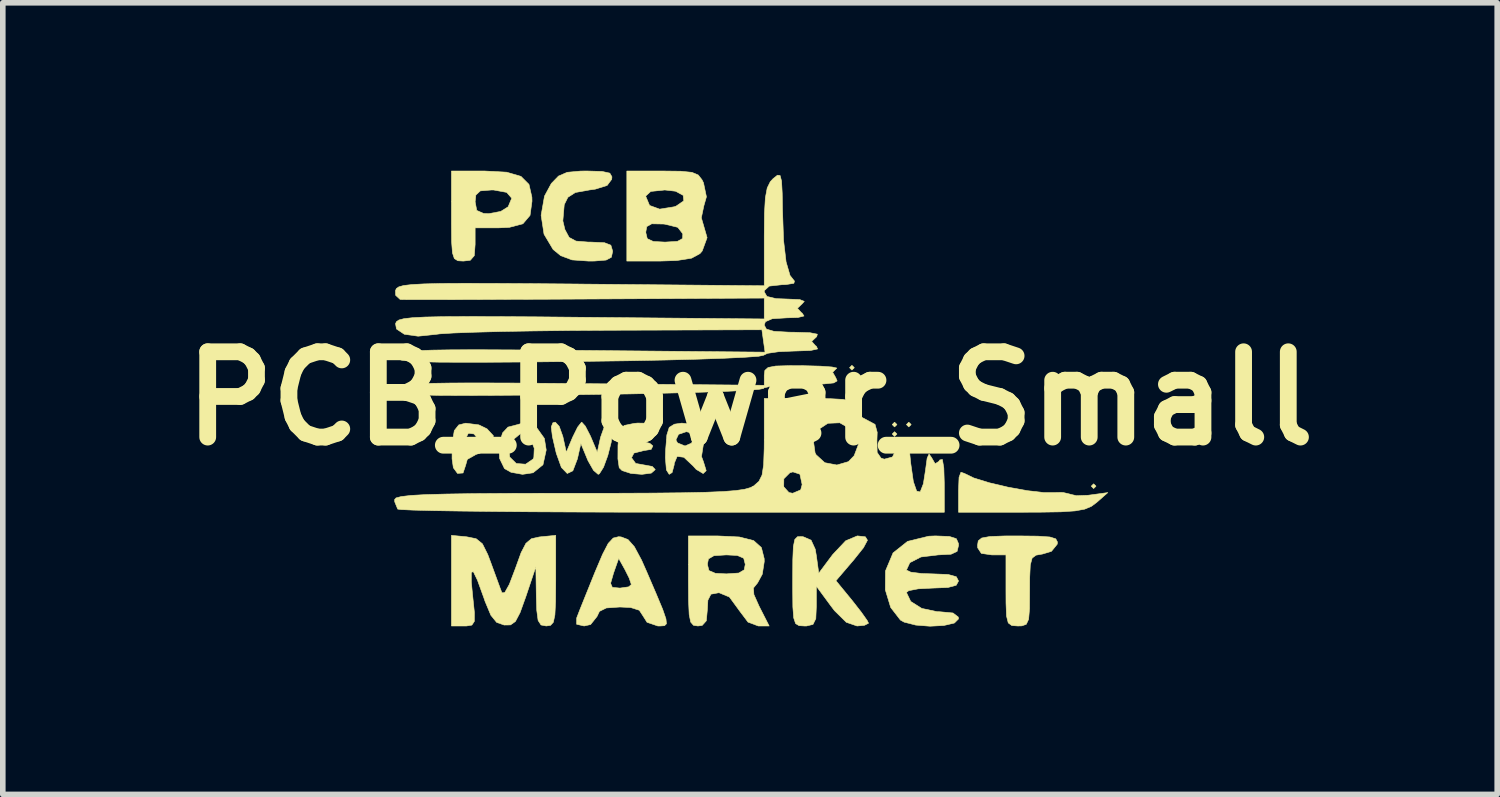
<source format=kicad_pcb>
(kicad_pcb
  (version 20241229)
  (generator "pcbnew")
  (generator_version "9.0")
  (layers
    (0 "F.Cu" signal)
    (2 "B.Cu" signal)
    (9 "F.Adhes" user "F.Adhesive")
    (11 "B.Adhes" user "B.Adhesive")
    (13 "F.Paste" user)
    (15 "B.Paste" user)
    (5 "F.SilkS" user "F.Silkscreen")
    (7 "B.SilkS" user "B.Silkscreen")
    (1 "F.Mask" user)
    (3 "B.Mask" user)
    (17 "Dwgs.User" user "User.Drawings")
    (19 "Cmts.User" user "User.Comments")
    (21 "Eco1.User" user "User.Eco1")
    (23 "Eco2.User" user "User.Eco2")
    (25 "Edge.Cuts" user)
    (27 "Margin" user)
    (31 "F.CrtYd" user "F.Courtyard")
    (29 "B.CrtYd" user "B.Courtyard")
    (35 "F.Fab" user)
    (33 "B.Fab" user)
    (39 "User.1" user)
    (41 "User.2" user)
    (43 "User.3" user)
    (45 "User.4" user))
  (footprint "PCB_Power_Small"
    (layer "F.Cu")
    (at 10.349 4.069)
    (property "Reference" "PCB_Power_Small" (at 0 0 0) (layer "F.SilkS") (effects (font (size 1.524 1.524) (thickness 0.3))))
    (attr through_hole)
    (fp_poly (pts (xy 1.863 -0.55) (xy 1.82 -0.508) (xy 1.778 -0.55) (xy 1.82 -0.593) (xy 1.863 -0.55)) (stroke (width 0.01) (type solid)) (fill yes) (layer "F.SilkS"))
    (fp_poly (pts (xy 2.625 0.466) (xy 2.582 0.508) (xy 2.54 0.466) (xy 2.582 0.423) (xy 2.625 0.466)) (stroke (width 0.01) (type solid)) (fill yes) (layer "F.SilkS"))
    (fp_poly (pts (xy 2.625 0.635) (xy 2.582 0.677) (xy 2.54 0.635) (xy 2.582 0.593) (xy 2.625 0.635)) (stroke (width 0.01) (type solid)) (fill yes) (layer "F.SilkS"))
    (fp_poly (pts (xy 2.879 0.466) (xy 2.836 0.508) (xy 2.794 0.466) (xy 2.836 0.423) (xy 2.879 0.466)) (stroke (width 0.01) (type solid)) (fill yes) (layer "F.SilkS"))
    (fp_poly (pts (xy 6.181 1.566) (xy 6.138 1.609) (xy 6.096 1.566) (xy 6.138 1.524) (xy 6.181 1.566)) (stroke (width 0.01) (type solid)) (fill yes) (layer "F.SilkS"))
    (fp_poly (pts (xy 3.836 1.341) (xy 3.837 1.342) (xy 3.998 1.42) (xy 4.273 1.505) (xy 4.608 1.584) (xy 4.95 1.646) (xy 5.244 1.68) (xy 5.386 1.68) (xy 5.592 1.679) (xy 5.715 1.708) (xy 5.718 1.71) (xy 5.83 1.736) (xy 6.037 1.729) (xy 6.082 1.723) (xy 6.392 1.681) (xy 6.192 1.857) (xy 6.096 1.928) (xy 5.978 1.977) (xy 5.807 2.008) (xy 5.551 2.025) (xy 5.177 2.031) (xy 4.859 2.032) (xy 3.725 2.032) (xy 3.725 1.641) (xy 3.734 1.408) (xy 3.768 1.317) (xy 3.836 1.341)) (stroke (width 0.01) (type solid)) (fill yes) (layer "F.SilkS"))
    (fp_poly (pts (xy -3.819 0.511) (xy -3.674 0.713) (xy -3.641 0.92) (xy -3.699 1.184) (xy -3.876 1.327) (xy -4.064 1.355) (xy -4.27 1.318) (xy -4.386 1.253) (xy -4.475 1.069) (xy -4.48 0.936) (xy -4.306 0.936) (xy -4.292 1.047) (xy -4.176 1.161) (xy -4.01 1.174) (xy -3.877 1.083) (xy -3.862 1.052) (xy -3.855 0.888) (xy -3.92 0.722) (xy -4.023 0.618) (xy -4.085 0.614) (xy -4.236 0.739) (xy -4.306 0.936) (xy -4.48 0.936) (xy -4.484 0.831) (xy -4.421 0.615) (xy -4.324 0.511) (xy -4.047 0.437) (xy -3.819 0.511)) (stroke (width 0.01) (type solid)) (fill yes) (layer "F.SilkS"))
    (fp_poly (pts (xy -4.845 0.471) (xy -4.699 0.542) (xy -4.585 0.665) (xy -4.61 0.798) (xy -4.623 0.821) (xy -4.78 0.959) (xy -4.898 1.001) (xy -5.051 1.088) (xy -5.08 1.191) (xy -5.127 1.331) (xy -5.226 1.338) (xy -5.3 1.237) (xy -5.323 1.078) (xy -5.322 0.84) (xy -5.318 0.792) (xy -5.306 0.713) (xy -5.08 0.713) (xy -5.012 0.829) (xy -4.946 0.847) (xy -4.847 0.797) (xy -4.845 0.746) (xy -4.93 0.634) (xy -5.031 0.62) (xy -5.08 0.713) (xy -5.306 0.713) (xy -5.283 0.573) (xy -5.203 0.472) (xy -5.08 0.441) (xy -4.845 0.471)) (stroke (width 0.01) (type solid)) (fill yes) (layer "F.SilkS"))
    (fp_poly (pts (xy -1.799 0.443) (xy -1.696 0.49) (xy -1.693 0.503) (xy -1.766 0.57) (xy -1.905 0.593) (xy -2.064 0.622) (xy -2.117 0.677) (xy -2.046 0.747) (xy -1.952 0.762) (xy -1.79 0.801) (xy -1.736 0.847) (xy -1.766 0.909) (xy -1.9 0.931) (xy -2.074 0.975) (xy -2.117 1.058) (xy -2.043 1.16) (xy -1.905 1.185) (xy -1.746 1.214) (xy -1.693 1.27) (xy -1.764 1.333) (xy -1.931 1.355) (xy -2.127 1.339) (xy -2.285 1.288) (xy -2.337 1.237) (xy -2.36 1.078) (xy -2.359 0.84) (xy -2.355 0.792) (xy -2.325 0.579) (xy -2.248 0.481) (xy -2.07 0.445) (xy -2.011 0.439) (xy -1.799 0.443)) (stroke (width 0.01) (type solid)) (fill yes) (layer "F.SilkS"))
    (fp_poly (pts (xy 5.142 2.459) (xy 5.356 2.474) (xy 5.462 2.507) (xy 5.492 2.564) (xy 5.488 2.603) (xy 5.385 2.73) (xy 5.227 2.778) (xy 5.109 2.799) (xy 5.04 2.851) (xy 5.007 2.973) (xy 4.996 3.201) (xy 4.995 3.435) (xy 4.993 3.756) (xy 4.977 3.944) (xy 4.935 4.034) (xy 4.856 4.062) (xy 4.784 4.064) (xy 4.676 4.056) (xy 4.613 4.009) (xy 4.582 3.886) (xy 4.573 3.652) (xy 4.572 3.429) (xy 4.572 2.794) (xy 4.318 2.794) (xy 4.132 2.767) (xy 4.067 2.668) (xy 4.064 2.625) (xy 4.077 2.543) (xy 4.139 2.492) (xy 4.283 2.466) (xy 4.54 2.456) (xy 4.79 2.455) (xy 5.142 2.459)) (stroke (width 0.01) (type solid)) (fill yes) (layer "F.SilkS"))
    (fp_poly (pts (xy -0.974 0.466) (xy -0.825 0.578) (xy -0.804 0.749) (xy -0.833 0.819) (xy -0.867 1.036) (xy -0.833 1.127) (xy -0.783 1.289) (xy -0.837 1.341) (xy -0.962 1.266) (xy -1.016 1.206) (xy -1.182 1.05) (xy -1.302 1.034) (xy -1.354 1.159) (xy -1.355 1.185) (xy -1.392 1.323) (xy -1.444 1.355) (xy -1.494 1.276) (xy -1.512 1.06) (xy -1.507 0.91) (xy -1.493 0.74) (xy -1.324 0.74) (xy -1.296 0.793) (xy -1.161 0.848) (xy -1.044 0.797) (xy -1.016 0.72) (xy -1.081 0.607) (xy -1.138 0.593) (xy -1.277 0.64) (xy -1.324 0.74) (xy -1.493 0.74) (xy -1.486 0.651) (xy -1.443 0.515) (xy -1.351 0.459) (xy -1.22 0.44) (xy -0.974 0.466)) (stroke (width 0.01) (type solid)) (fill yes) (layer "F.SilkS"))
    (fp_poly (pts (xy -2.943 0.493) (xy -2.855 0.663) (xy -2.842 0.692) (xy -2.729 0.961) (xy -2.67 0.692) (xy -2.603 0.504) (xy -2.525 0.425) (xy -2.468 0.472) (xy -2.456 0.572) (xy -2.48 0.782) (xy -2.541 1.02) (xy -2.617 1.227) (xy -2.691 1.345) (xy -2.713 1.355) (xy -2.796 1.284) (xy -2.894 1.112) (xy -2.908 1.079) (xy -3.022 0.804) (xy -3.084 1.079) (xy -3.165 1.291) (xy -3.265 1.34) (xy -3.37 1.232) (xy -3.461 0.979) (xy -3.531 0.678) (xy -3.551 0.508) (xy -3.522 0.434) (xy -3.478 0.423) (xy -3.409 0.497) (xy -3.345 0.675) (xy -3.341 0.692) (xy -3.282 0.961) (xy -3.169 0.692) (xy -3.08 0.512) (xy -3.012 0.425) (xy -3.006 0.423) (xy -2.943 0.493)) (stroke (width 0.01) (type solid)) (fill yes) (layer "F.SilkS"))
    (fp_poly (pts (xy -2.641 -4.056) (xy -2.505 -4.026) (xy -2.467 -3.96) (xy -2.471 -3.916) (xy -2.553 -3.806) (xy -2.764 -3.74) (xy -2.873 -3.725) (xy -3.121 -3.68) (xy -3.254 -3.594) (xy -3.319 -3.463) (xy -3.344 -3.173) (xy -3.307 -3.018) (xy -3.232 -2.878) (xy -3.11 -2.812) (xy -2.886 -2.794) (xy -2.838 -2.794) (xy -2.6 -2.783) (xy -2.486 -2.738) (xy -2.456 -2.638) (xy -2.455 -2.625) (xy -2.477 -2.523) (xy -2.571 -2.473) (xy -2.778 -2.456) (xy -2.883 -2.455) (xy -3.18 -2.476) (xy -3.383 -2.552) (xy -3.518 -2.663) (xy -3.68 -2.935) (xy -3.732 -3.273) (xy -3.672 -3.615) (xy -3.55 -3.841) (xy -3.421 -3.974) (xy -3.266 -4.041) (xy -3.024 -4.063) (xy -2.909 -4.064) (xy -2.641 -4.056)) (stroke (width 0.01) (type solid)) (fill yes) (layer "F.SilkS"))
    (fp_poly (pts (xy -4.349 -4.043) (xy -4.092 -3.968) (xy -3.949 -3.825) (xy -3.897 -3.597) (xy -3.895 -3.525) (xy -3.93 -3.271) (xy -4.057 -3.122) (xy -4.301 -3.057) (xy -4.504 -3.048) (xy -4.911 -3.048) (xy -4.911 -2.752) (xy -4.926 -2.551) (xy -4.998 -2.469) (xy -5.122 -2.455) (xy -5.22 -2.461) (xy -5.282 -2.499) (xy -5.316 -2.601) (xy -5.331 -2.798) (xy -5.334 -3.124) (xy -5.334 -3.26) (xy -5.334 -3.514) (xy -4.911 -3.514) (xy -4.882 -3.36) (xy -4.761 -3.306) (xy -4.667 -3.302) (xy -4.453 -3.342) (xy -4.321 -3.425) (xy -4.257 -3.578) (xy -4.347 -3.682) (xy -4.581 -3.725) (xy -4.619 -3.725) (xy -4.818 -3.709) (xy -4.898 -3.635) (xy -4.911 -3.514) (xy -5.334 -3.514) (xy -5.334 -4.064) (xy -4.747 -4.064) (xy -4.349 -4.043)) (stroke (width 0.01) (type solid)) (fill yes) (layer "F.SilkS"))
    (fp_poly (pts (xy 2.061 2.471) (xy 2.098 2.532) (xy 2.027 2.665) (xy 1.845 2.893) (xy 1.822 2.919) (xy 1.535 3.255) (xy 1.826 3.61) (xy 1.987 3.816) (xy 2.093 3.966) (xy 2.117 4.015) (xy 2.044 4.052) (xy 1.912 4.064) (xy 1.72 3.998) (xy 1.508 3.789) (xy 1.447 3.709) (xy 1.185 3.353) (xy 1.185 3.709) (xy 1.175 3.934) (xy 1.125 4.036) (xy 1.009 4.064) (xy 0.974 4.064) (xy 0.876 4.058) (xy 0.814 4.021) (xy 0.78 3.919) (xy 0.765 3.723) (xy 0.762 3.399) (xy 0.762 3.254) (xy 0.764 2.88) (xy 0.774 2.645) (xy 0.8 2.518) (xy 0.849 2.469) (xy 0.928 2.467) (xy 0.953 2.471) (xy 1.091 2.531) (xy 1.165 2.692) (xy 1.185 2.809) (xy 1.228 3.121) (xy 1.477 2.788) (xy 1.709 2.542) (xy 1.916 2.455) (xy 1.921 2.455) (xy 2.061 2.471)) (stroke (width 0.01) (type solid)) (fill yes) (layer "F.SilkS"))
    (fp_poly (pts (xy 3.563 2.465) (xy 3.686 2.505) (xy 3.724 2.592) (xy 3.725 2.625) (xy 3.699 2.732) (xy 3.591 2.782) (xy 3.361 2.794) (xy 3.054 2.831) (xy 2.855 2.933) (xy 2.794 3.065) (xy 2.871 3.102) (xy 3.068 3.127) (xy 3.26 3.133) (xy 3.54 3.144) (xy 3.685 3.184) (xy 3.725 3.26) (xy 3.684 3.336) (xy 3.537 3.376) (xy 3.26 3.387) (xy 3.005 3.4) (xy 2.835 3.433) (xy 2.794 3.465) (xy 2.871 3.626) (xy 3.068 3.75) (xy 3.34 3.808) (xy 3.393 3.81) (xy 3.626 3.832) (xy 3.72 3.904) (xy 3.725 3.937) (xy 3.651 4.011) (xy 3.463 4.055) (xy 3.215 4.068) (xy 2.96 4.048) (xy 2.753 3.995) (xy 2.687 3.958) (xy 2.513 3.733) (xy 2.417 3.418) (xy 2.42 3.081) (xy 2.421 3.078) (xy 2.555 2.759) (xy 2.815 2.552) (xy 3.193 2.46) (xy 3.313 2.455) (xy 3.563 2.465)) (stroke (width 0.01) (type solid)) (fill yes) (layer "F.SilkS"))
    (fp_poly (pts (xy -2.303 2.473) (xy -2.181 2.519) (xy -2.067 2.647) (xy -1.938 2.887) (xy -1.848 3.09) (xy -1.674 3.495) (xy -1.56 3.768) (xy -1.502 3.937) (xy -1.493 4.025) (xy -1.528 4.059) (xy -1.603 4.064) (xy -1.647 4.064) (xy -1.84 3.998) (xy -1.905 3.895) (xy -1.978 3.783) (xy -2.133 3.734) (xy -2.324 3.725) (xy -2.567 3.742) (xy -2.69 3.803) (xy -2.734 3.895) (xy -2.848 4.038) (xy -2.964 4.064) (xy -3.098 4.033) (xy -3.097 3.921) (xy -3.095 3.916) (xy -3.039 3.771) (xy -2.937 3.517) (xy -2.85 3.302) (xy -2.491 3.302) (xy -2.46 3.374) (xy -2.324 3.387) (xy -2.168 3.365) (xy -2.12 3.323) (xy -2.159 3.208) (xy -2.234 3.058) (xy -2.346 2.856) (xy -2.439 3.121) (xy -2.491 3.302) (xy -2.85 3.302) (xy -2.81 3.202) (xy -2.772 3.108) (xy -2.634 2.783) (xy -2.533 2.588) (xy -2.444 2.493) (xy -2.348 2.469) (xy -2.303 2.473)) (stroke (width 0.01) (type solid)) (fill yes) (layer "F.SilkS"))
    (fp_poly (pts (xy -1.237 -4.06) (xy -1.037 -4.04) (xy -0.924 -3.992) (xy -0.856 -3.904) (xy -0.831 -3.852) (xy -0.779 -3.603) (xy -0.825 -3.442) (xy -0.87 -3.228) (xy -0.84 -3.125) (xy -0.767 -2.873) (xy -0.854 -2.636) (xy -0.895 -2.588) (xy -1.044 -2.507) (xy -1.307 -2.465) (xy -1.615 -2.455) (xy -2.201 -2.455) (xy -2.201 -2.968) (xy -1.863 -2.968) (xy -1.836 -2.855) (xy -1.728 -2.805) (xy -1.518 -2.794) (xy -1.297 -2.807) (xy -1.205 -2.858) (xy -1.201 -2.942) (xy -1.291 -3.058) (xy -1.52 -3.114) (xy -1.546 -3.117) (xy -1.756 -3.121) (xy -1.845 -3.071) (xy -1.863 -2.968) (xy -2.201 -2.968) (xy -2.201 -3.612) (xy -1.863 -3.612) (xy -1.795 -3.449) (xy -1.615 -3.383) (xy -1.354 -3.425) (xy -1.319 -3.438) (xy -1.183 -3.532) (xy -1.194 -3.629) (xy -1.331 -3.703) (xy -1.524 -3.725) (xy -1.774 -3.699) (xy -1.862 -3.618) (xy -1.863 -3.612) (xy -2.201 -3.612) (xy -2.201 -4.064) (xy -1.565 -4.064) (xy -1.237 -4.06)) (stroke (width 0.01) (type solid)) (fill yes) (layer "F.SilkS"))
    (fp_poly (pts (xy -0.191 2.474) (xy 0.064 2.538) (xy 0.203 2.663) (xy 0.253 2.861) (xy 0.254 2.914) (xy 0.219 3.139) (xy 0.134 3.296) (xy 0.13 3.3) (xy 0.061 3.385) (xy 0.069 3.502) (xy 0.159 3.704) (xy 0.174 3.734) (xy 0.342 4.064) (xy 0.148 4.064) (xy -0.036 3.995) (xy -0.201 3.776) (xy -0.206 3.768) (xy -0.368 3.547) (xy -0.548 3.472) (xy -0.564 3.471) (xy -0.698 3.496) (xy -0.753 3.603) (xy -0.762 3.768) (xy -0.781 3.972) (xy -0.855 4.054) (xy -0.931 4.064) (xy -1.01 4.052) (xy -1.06 3.994) (xy -1.087 3.86) (xy -1.098 3.618) (xy -1.101 3.26) (xy -1.101 2.963) (xy -0.762 2.963) (xy -0.734 3.074) (xy -0.619 3.123) (xy -0.423 3.133) (xy -0.202 3.118) (xy -0.104 3.061) (xy -0.085 2.963) (xy -0.113 2.853) (xy -0.228 2.804) (xy -0.423 2.794) (xy -0.645 2.808) (xy -0.743 2.866) (xy -0.762 2.963) (xy -1.101 2.963) (xy -1.101 2.455) (xy -0.587 2.455) (xy -0.191 2.474)) (stroke (width 0.01) (type solid)) (fill yes) (layer "F.SilkS"))
    (fp_poly (pts (xy -3.471 3.254) (xy -3.474 3.63) (xy -3.486 3.867) (xy -3.514 3.998) (xy -3.564 4.053) (xy -3.641 4.064) (xy -3.734 4.046) (xy -3.786 3.965) (xy -3.81 3.784) (xy -3.818 3.535) (xy -3.826 3.006) (xy -4.005 3.539) (xy -4.108 3.825) (xy -4.191 3.983) (xy -4.279 4.045) (xy -4.392 4.047) (xy -4.526 4) (xy -4.63 3.872) (xy -4.734 3.623) (xy -4.754 3.564) (xy -4.869 3.247) (xy -4.943 3.094) (xy -4.979 3.105) (xy -4.979 3.279) (xy -4.954 3.535) (xy -4.924 3.823) (xy -4.925 3.981) (xy -4.969 4.048) (xy -5.066 4.064) (xy -5.114 4.064) (xy -5.334 4.064) (xy -5.334 2.445) (xy -5.061 2.471) (xy -4.893 2.505) (xy -4.781 2.596) (xy -4.686 2.786) (xy -4.635 2.921) (xy -4.538 3.186) (xy -4.46 3.399) (xy -4.432 3.471) (xy -4.383 3.469) (xy -4.3 3.321) (xy -4.196 3.048) (xy -4.09 2.755) (xy -4.003 2.587) (xy -3.905 2.505) (xy -3.766 2.474) (xy -3.74 2.471) (xy -3.471 2.445) (xy -3.471 3.254)) (stroke (width 0.01) (type solid)) (fill yes) (layer "F.SilkS"))
    (fp_poly (pts (xy 0.953 -0.586) (xy 1.256 -0.578) (xy 1.465 -0.563) (xy 1.55 -0.544) (xy 1.542 -0.535) (xy 1.476 -0.469) (xy 1.531 -0.373) (xy 1.556 -0.314) (xy 1.495 -0.278) (xy 1.32 -0.26) (xy 1.006 -0.254) (xy 0.949 -0.254) (xy 0.629 -0.245) (xy 0.382 -0.222) (xy 0.25 -0.19) (xy 0.24 -0.179) (xy 0.152 -0.162) (xy -0.087 -0.144) (xy -0.459 -0.126) (xy -0.944 -0.11) (xy -1.525 -0.095) (xy -2.184 -0.081) (xy -2.901 -0.071) (xy -3.072 -0.069) (xy -3.909 -0.061) (xy -4.592 -0.056) (xy -5.136 -0.054) (xy -5.557 -0.056) (xy -5.868 -0.063) (xy -6.086 -0.075) (xy -6.226 -0.093) (xy -6.302 -0.116) (xy -6.33 -0.145) (xy -6.331 -0.165) (xy -6.309 -0.199) (xy -6.249 -0.225) (xy -6.135 -0.246) (xy -5.951 -0.261) (xy -5.683 -0.271) (xy -5.314 -0.277) (xy -4.829 -0.278) (xy -4.214 -0.276) (xy -3.452 -0.27) (xy -3.026 -0.266) (xy 0.254 -0.236) (xy 0.254 -0.414) (xy 0.265 -0.502) (xy 0.323 -0.554) (xy 0.459 -0.58) (xy 0.708 -0.587) (xy 0.953 -0.586)) (stroke (width 0.01) (type solid)) (fill yes) (layer "F.SilkS"))
    (fp_poly (pts (xy 1.421 0.003) (xy 1.659 0.016) (xy 1.794 0.047) (xy 1.861 0.103) (xy 1.889 0.176) (xy 2.002 0.339) (xy 2.113 0.398) (xy 2.233 0.462) (xy 2.272 0.604) (xy 2.267 0.748) (xy 2.271 0.964) (xy 2.34 1.064) (xy 2.398 1.084) (xy 2.544 1.045) (xy 2.598 0.94) (xy 2.663 0.819) (xy 2.719 0.81) (xy 2.795 0.789) (xy 2.809 0.746) (xy 2.823 0.763) (xy 2.846 0.916) (xy 2.872 1.166) (xy 2.918 1.486) (xy 2.977 1.655) (xy 3.04 1.669) (xy 3.097 1.523) (xy 3.133 1.293) (xy 3.164 1.066) (xy 3.198 0.992) (xy 3.243 1.056) (xy 3.243 1.056) (xy 3.307 1.166) (xy 3.372 1.125) (xy 3.39 1.098) (xy 3.436 1.089) (xy 3.462 1.239) (xy 3.47 1.503) (xy 3.471 2.032) (xy -1.383 2.032) (xy -2.274 2.031) (xy -3.114 2.028) (xy -3.888 2.024) (xy -4.581 2.018) (xy -5.177 2.011) (xy -5.661 2.003) (xy -6.019 1.994) (xy -6.234 1.984) (xy -6.294 1.976) (xy -6.347 1.847) (xy -6.35 1.806) (xy -6.323 1.776) (xy -6.232 1.752) (xy -6.062 1.732) (xy -5.8 1.717) (xy -5.431 1.707) (xy -4.94 1.699) (xy -4.314 1.695) (xy -3.537 1.693) (xy -3.236 1.693) (xy -2.412 1.693) (xy -1.74 1.69) (xy -1.205 1.684) (xy -0.789 1.675) (xy -0.476 1.662) (xy -0.25 1.644) (xy -0.095 1.621) (xy 0.007 1.592) (xy 0.037 1.577) (xy 0.602 1.577) (xy 0.695 1.68) (xy 0.762 1.693) (xy 0.905 1.633) (xy 0.931 1.538) (xy 0.891 1.352) (xy 0.766 1.311) (xy 0.711 1.327) (xy 0.604 1.434) (xy 0.602 1.577) (xy 0.037 1.577) (xy 0.066 1.562) (xy 0.159 1.48) (xy 0.215 1.368) (xy 0.243 1.185) (xy 0.253 0.892) (xy 0.254 0.74) (xy 1.13 0.74) (xy 1.162 0.97) (xy 1.18 1.005) (xy 1.336 1.147) (xy 1.552 1.188) (xy 1.758 1.128) (xy 1.86 1.022) (xy 1.94 0.811) (xy 1.896 0.652) (xy 1.814 0.556) (xy 1.603 0.434) (xy 1.391 0.443) (xy 1.22 0.555) (xy 1.13 0.74) (xy 0.254 0.74) (xy 0.254 0.715) (xy 0.254 0) (xy 1.048 0) (xy 1.421 0.003)) (stroke (width 0.01) (type solid)) (fill yes) (layer "F.SilkS"))
    (fp_poly (pts (xy 0.537 -3.984) (xy 0.563 -3.885) (xy 0.575 -3.667) (xy 0.58 -3.369) (xy 0.599 -2.826) (xy 0.644 -2.44) (xy 0.715 -2.197) (xy 0.794 -2.097) (xy 0.783 -2.058) (xy 0.64 -2.035) (xy 0.572 -2.033) (xy 0.344 -2.008) (xy 0.257 -1.929) (xy 0.254 -1.905) (xy 0.302 -1.823) (xy 0.466 -1.784) (xy 0.656 -1.777) (xy 0.889 -1.767) (xy 0.969 -1.735) (xy 0.931 -1.692) (xy 0.847 -1.612) (xy 0.914 -1.537) (xy 0.931 -1.525) (xy 0.964 -1.474) (xy 0.855 -1.447) (xy 0.656 -1.441) (xy 0.397 -1.425) (xy 0.275 -1.372) (xy 0.254 -1.312) (xy 0.292 -1.24) (xy 0.427 -1.2) (xy 0.692 -1.185) (xy 0.783 -1.184) (xy 1.072 -1.175) (xy 1.203 -1.149) (xy 1.19 -1.102) (xy 1.185 -1.099) (xy 1.101 -1.02) (xy 1.168 -0.944) (xy 1.185 -0.933) (xy 1.207 -0.885) (xy 1.083 -0.858) (xy 0.804 -0.848) (xy 0.79 -0.848) (xy 0.512 -0.836) (xy 0.312 -0.807) (xy 0.24 -0.772) (xy 0.152 -0.754) (xy -0.087 -0.737) (xy -0.459 -0.719) (xy -0.944 -0.702) (xy -1.525 -0.687) (xy -2.184 -0.674) (xy -2.901 -0.664) (xy -3.072 -0.662) (xy -3.909 -0.653) (xy -4.592 -0.648) (xy -5.136 -0.647) (xy -5.557 -0.649) (xy -5.868 -0.656) (xy -6.086 -0.668) (xy -6.226 -0.685) (xy -6.302 -0.709) (xy -6.33 -0.738) (xy -6.331 -0.758) (xy -6.309 -0.791) (xy -6.249 -0.818) (xy -6.135 -0.839) (xy -5.952 -0.854) (xy -5.683 -0.864) (xy -5.315 -0.87) (xy -4.831 -0.871) (xy -4.215 -0.868) (xy -3.454 -0.863) (xy -3.019 -0.859) (xy 0.268 -0.828) (xy 0.212 -1.228) (xy -2.54 -1.219) (xy -3.221 -1.215) (xy -3.861 -1.207) (xy -4.436 -1.197) (xy -4.923 -1.184) (xy -5.299 -1.17) (xy -5.542 -1.155) (xy -5.609 -1.146) (xy -5.929 -1.113) (xy -6.176 -1.148) (xy -6.316 -1.242) (xy -6.333 -1.337) (xy -6.316 -1.373) (xy -6.271 -1.403) (xy -6.182 -1.426) (xy -6.033 -1.443) (xy -5.808 -1.455) (xy -5.492 -1.462) (xy -5.069 -1.464) (xy -4.523 -1.463) (xy -3.839 -1.459) (xy -3.026 -1.451) (xy 0.254 -1.421) (xy 0.254 -1.794) (xy -2.942 -1.777) (xy -3.665 -1.773) (xy -4.336 -1.771) (xy -4.936 -1.768) (xy -5.447 -1.767) (xy -5.848 -1.767) (xy -6.121 -1.767) (xy -6.246 -1.769) (xy -6.25 -1.769) (xy -6.331 -1.844) (xy -6.334 -1.926) (xy -6.318 -1.964) (xy -6.275 -1.994) (xy -6.19 -2.018) (xy -6.047 -2.035) (xy -5.829 -2.047) (xy -5.523 -2.055) (xy -5.11 -2.057) (xy -4.577 -2.056) (xy -3.907 -2.052) (xy -3.084 -2.045) (xy -3.026 -2.044) (xy 0.254 -2.014) (xy 0.254 -2.899) (xy 0.258 -3.309) (xy 0.274 -3.585) (xy 0.307 -3.761) (xy 0.362 -3.873) (xy 0.412 -3.927) (xy 0.49 -3.989) (xy 0.537 -3.984)) (stroke (width 0.01) (type solid)) (fill yes) (layer "F.SilkS")))
  (gr_rect
    (start -3 -3)
    (end 23.697 11.142)
    (stroke (width 0.1) (type default))
    (fill no)
    (layer "Edge.Cuts")))
</source>
